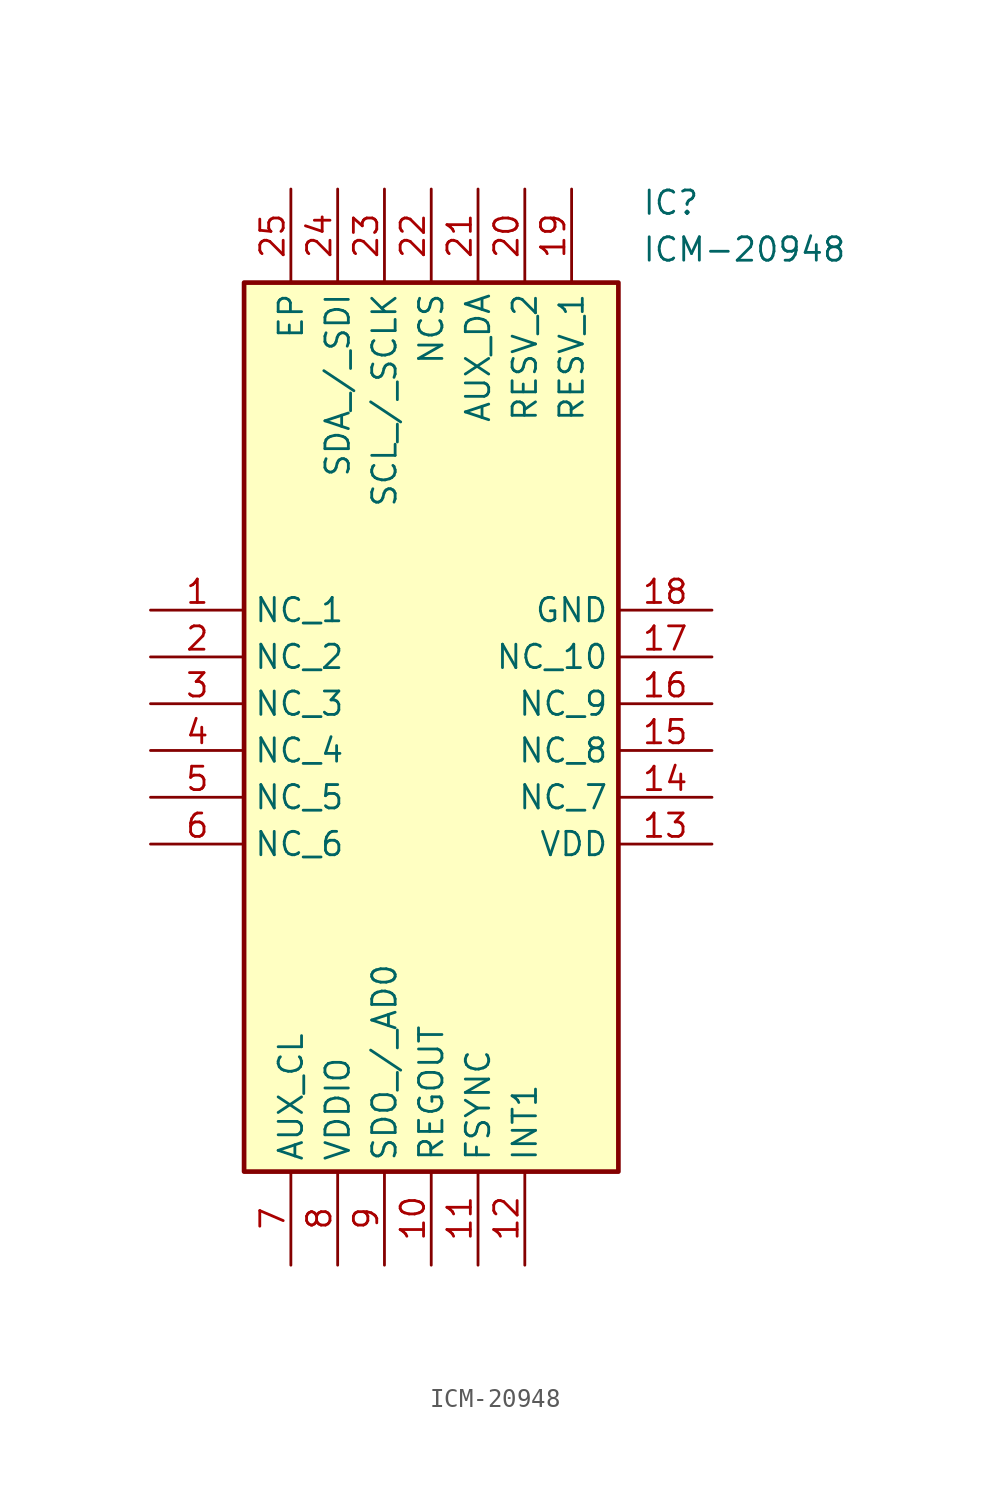
<source format=kicad_sym>
(kicad_symbol_lib
  (version 20211014)
  (generator SamacSys_ECAD_Model)
  (symbol "ICM-20948"
    (property "Reference" "IC"
      (at 26.67 22.86 0)
      (effects (font (size 1.27 1.27)) (justify left top)))
    (property "Value" "ICM-20948"
      (at 26.67 20.32 0)
      (effects (font (size 1.27 1.27)) (justify left top)))
    (rectangle
      (start 5.08 17.78)
      (end 25.4 -30.48)
      (stroke (width 0.254) (type default))
      (fill (type background)))
    (pin passive line
      (at 0 0 0)
      (length 5.08)
      (name "NC_1" (effects (font (size 1.27 1.27))))
      (number "1" (effects (font (size 1.27 1.27)))))
    (pin passive line
      (at 0 -2.54 0)
      (length 5.08)
      (name "NC_2" (effects (font (size 1.27 1.27))))
      (number "2" (effects (font (size 1.27 1.27)))))
    (pin passive line
      (at 0 -5.08 0)
      (length 5.08)
      (name "NC_3" (effects (font (size 1.27 1.27))))
      (number "3" (effects (font (size 1.27 1.27)))))
    (pin passive line
      (at 0 -7.62 0)
      (length 5.08)
      (name "NC_4" (effects (font (size 1.27 1.27))))
      (number "4" (effects (font (size 1.27 1.27)))))
    (pin passive line
      (at 0 -10.16 0)
      (length 5.08)
      (name "NC_5" (effects (font (size 1.27 1.27))))
      (number "5" (effects (font (size 1.27 1.27)))))
    (pin passive line
      (at 0 -12.7 0)
      (length 5.08)
      (name "NC_6" (effects (font (size 1.27 1.27))))
      (number "6" (effects (font (size 1.27 1.27)))))
    (pin passive line
      (at 7.62 -35.56 90)
      (length 5.08)
      (name "AUX_CL" (effects (font (size 1.27 1.27))))
      (number "7" (effects (font (size 1.27 1.27)))))
    (pin passive line
      (at 10.16 -35.56 90)
      (length 5.08)
      (name "VDDIO" (effects (font (size 1.27 1.27))))
      (number "8" (effects (font (size 1.27 1.27)))))
    (pin passive line
      (at 12.7 -35.56 90)
      (length 5.08)
      (name "SDO_/_AD0" (effects (font (size 1.27 1.27))))
      (number "9" (effects (font (size 1.27 1.27)))))
    (pin passive line
      (at 15.24 -35.56 90)
      (length 5.08)
      (name "REGOUT" (effects (font (size 1.27 1.27))))
      (number "10" (effects (font (size 1.27 1.27)))))
    (pin passive line
      (at 17.78 -35.56 90)
      (length 5.08)
      (name "FSYNC" (effects (font (size 1.27 1.27))))
      (number "11" (effects (font (size 1.27 1.27)))))
    (pin passive line
      (at 20.32 -35.56 90)
      (length 5.08)
      (name "INT1" (effects (font (size 1.27 1.27))))
      (number "12" (effects (font (size 1.27 1.27)))))
    (pin passive line
      (at 30.48 0 180)
      (length 5.08)
      (name "GND" (effects (font (size 1.27 1.27))))
      (number "18" (effects (font (size 1.27 1.27)))))
    (pin passive line
      (at 30.48 -2.54 180)
      (length 5.08)
      (name "NC_10" (effects (font (size 1.27 1.27))))
      (number "17" (effects (font (size 1.27 1.27)))))
    (pin passive line
      (at 30.48 -5.08 180)
      (length 5.08)
      (name "NC_9" (effects (font (size 1.27 1.27))))
      (number "16" (effects (font (size 1.27 1.27)))))
    (pin passive line
      (at 30.48 -7.62 180)
      (length 5.08)
      (name "NC_8" (effects (font (size 1.27 1.27))))
      (number "15" (effects (font (size 1.27 1.27)))))
    (pin passive line
      (at 30.48 -10.16 180)
      (length 5.08)
      (name "NC_7" (effects (font (size 1.27 1.27))))
      (number "14" (effects (font (size 1.27 1.27)))))
    (pin passive line
      (at 30.48 -12.7 180)
      (length 5.08)
      (name "VDD" (effects (font (size 1.27 1.27))))
      (number "13" (effects (font (size 1.27 1.27)))))
    (pin passive line
      (at 7.62 22.86 270)
      (length 5.08)
      (name "EP" (effects (font (size 1.27 1.27))))
      (number "25" (effects (font (size 1.27 1.27)))))
    (pin passive line
      (at 10.16 22.86 270)
      (length 5.08)
      (name "SDA_/_SDI" (effects (font (size 1.27 1.27))))
      (number "24" (effects (font (size 1.27 1.27)))))
    (pin passive line
      (at 12.7 22.86 270)
      (length 5.08)
      (name "SCL_/_SCLK" (effects (font (size 1.27 1.27))))
      (number "23" (effects (font (size 1.27 1.27)))))
    (pin passive line
      (at 15.24 22.86 270)
      (length 5.08)
      (name "NCS" (effects (font (size 1.27 1.27))))
      (number "22" (effects (font (size 1.27 1.27)))))
    (pin passive line
      (at 17.78 22.86 270)
      (length 5.08)
      (name "AUX_DA" (effects (font (size 1.27 1.27))))
      (number "21" (effects (font (size 1.27 1.27)))))
    (pin passive line
      (at 20.32 22.86 270)
      (length 5.08)
      (name "RESV_2" (effects (font (size 1.27 1.27))))
      (number "20" (effects (font (size 1.27 1.27)))))
    (pin passive line
      (at 22.86 22.86 270)
      (length 5.08)
      (name "RESV_1" (effects (font (size 1.27 1.27))))
      (number "19" (effects (font (size 1.27 1.27)))))))
</source>
